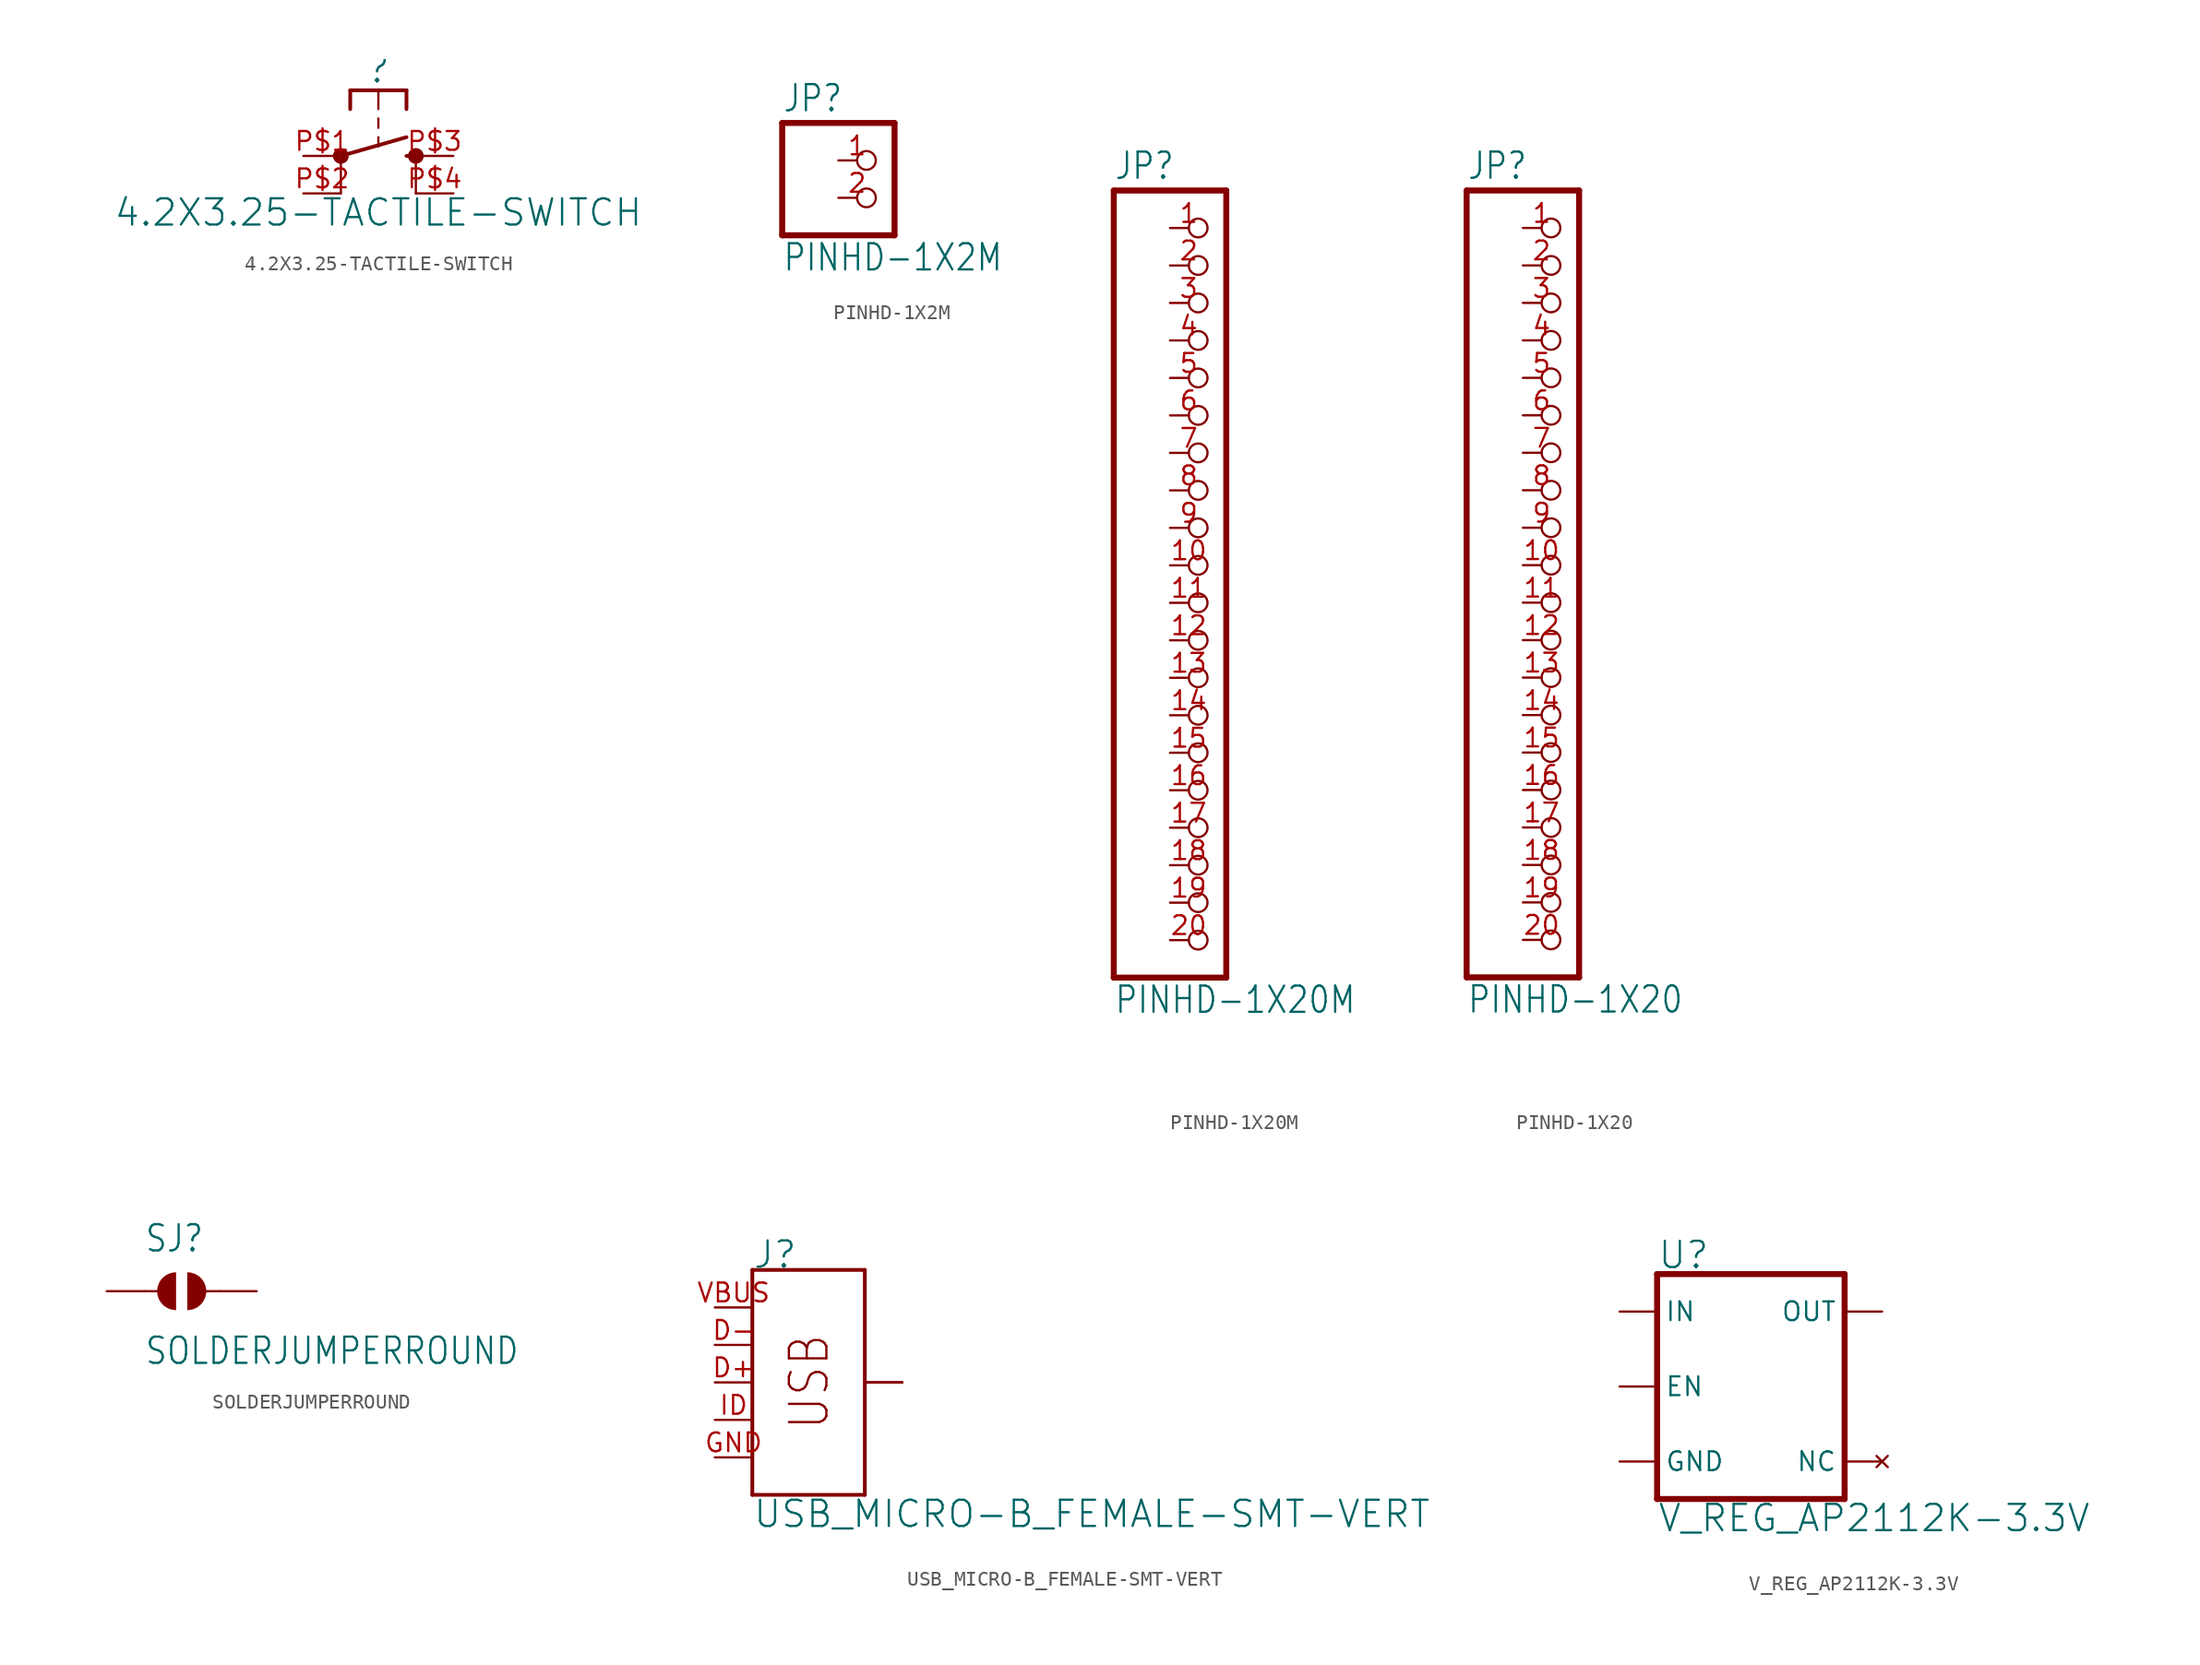
<source format=kicad_sym>
(kicad_symbol_lib
  (version 20211014)
  (generator kicad_symbol_editor)
  (symbol "4.2X3.25-TACTILE-SWITCH"
    (property "Reference" ""
      (at 0 4.826 0)
      (effects (font (size 1.778 1.778)) (justify bottom)))
    (property "Value" "4.2X3.25-TACTILE-SWITCH"
      (at 0 -2.794 0)
      (effects (font (size 1.778 1.778)) (justify top)))
    (property "ki_locked" ""
      (at 0 0 0)
      (effects (font (size 1.27 1.27))))
    (symbol "4.2X3.25-TACTILE-SWITCH_1_0"
      (circle (center -2.54 0) (radius 0.127) (stroke (width 0.406) (type default) (color 0 0 0 0)) (fill (type none)))
      (polyline (pts (xy -2.54 -2.54) (xy -2.54 0)) (stroke (width 0.152) (type default) (color 0 0 0 0)) (fill (type none)))
      (polyline (pts (xy -2.54 0) (xy 1.905 1.27)) (stroke (width 0.254) (type default) (color 0 0 0 0)) (fill (type none)))
      (polyline (pts (xy -1.905 4.445) (xy -1.905 3.175)) (stroke (width 0.254) (type default) (color 0 0 0 0)) (fill (type none)))
      (polyline (pts (xy 0 1.27) (xy 0 0.635)) (stroke (width 0.152) (type default) (color 0 0 0 0)) (fill (type none)))
      (polyline (pts (xy 0 2.54) (xy 0 1.905)) (stroke (width 0.152) (type default) (color 0 0 0 0)) (fill (type none)))
      (polyline (pts (xy 0 4.445) (xy -1.905 4.445)) (stroke (width 0.254) (type default) (color 0 0 0 0)) (fill (type none)))
      (polyline (pts (xy 0 4.445) (xy 0 3.175)) (stroke (width 0.152) (type default) (color 0 0 0 0)) (fill (type none)))
      (polyline (pts (xy 1.905 0) (xy 2.54 0)) (stroke (width 0.254) (type default) (color 0 0 0 0)) (fill (type none)))
      (polyline (pts (xy 1.905 4.445) (xy 0 4.445)) (stroke (width 0.254) (type default) (color 0 0 0 0)) (fill (type none)))
      (polyline (pts (xy 1.905 4.445) (xy 1.905 3.175)) (stroke (width 0.254) (type default) (color 0 0 0 0)) (fill (type none)))
      (polyline (pts (xy 2.54 -2.54) (xy 2.54 0)) (stroke (width 0.152) (type default) (color 0 0 0 0)) (fill (type none)))
      (circle (center 2.54 0) (radius 0.127) (stroke (width 0.406) (type default) (color 0 0 0 0)) (fill (type none)))
      (pin passive line (at -5.08 0 0) (length 2.54) (name "1" (effects (font (size 0 0)))) (number "P$1" (effects (font (size 1.27 1.27)))))
      (pin passive line (at -5.08 -2.54 0) (length 2.54) (name "2" (effects (font (size 0 0)))) (number "P$2" (effects (font (size 1.27 1.27)))))
      (pin passive line (at 5.08 0 180) (length 2.54) (name "3" (effects (font (size 0 0)))) (number "P$3" (effects (font (size 1.27 1.27)))))
      (pin passive line (at 5.08 -2.54 180) (length 2.54) (name "4" (effects (font (size 0 0)))) (number "P$4" (effects (font (size 1.27 1.27)))))))
  (symbol "PINHD-1X2M"
    (property "Reference" "JP"
      (at -6.35 5.715 0)
      (effects (font (size 1.778 1.511)) (justify left bottom)))
    (property "Value" "PINHD-1X2M"
      (at -6.35 -5.08 0)
      (effects (font (size 1.778 1.511)) (justify left bottom)))
    (property "ki_locked" ""
      (at 0 0 0)
      (effects (font (size 1.27 1.27))))
    (symbol "PINHD-1X2M_1_0"
      (polyline (pts (xy -6.35 -2.54) (xy 1.27 -2.54)) (stroke (width 0.406) (type default) (color 0 0 0 0)) (fill (type none)))
      (polyline (pts (xy -6.35 5.08) (xy -6.35 -2.54)) (stroke (width 0.406) (type default) (color 0 0 0 0)) (fill (type none)))
      (polyline (pts (xy 1.27 -2.54) (xy 1.27 5.08)) (stroke (width 0.406) (type default) (color 0 0 0 0)) (fill (type none)))
      (polyline (pts (xy 1.27 5.08) (xy -6.35 5.08)) (stroke (width 0.406) (type default) (color 0 0 0 0)) (fill (type none)))
      (pin passive inverted (at -2.54 2.54 0) (length 2.54) (name "1" (effects (font (size 0 0)))) (number "1" (effects (font (size 1.27 1.27)))))
      (pin passive inverted (at -2.54 0 0) (length 2.54) (name "2" (effects (font (size 0 0)))) (number "2" (effects (font (size 1.27 1.27)))))))
  (symbol "PINHD-1X20M"
    (property "Reference" "JP"
      (at -6.35 26.035 0)
      (effects (font (size 1.778 1.511)) (justify left bottom)))
    (property "Value" "PINHD-1X20M"
      (at -6.35 -30.48 0)
      (effects (font (size 1.778 1.511)) (justify left bottom)))
    (property "ki_locked" ""
      (at 0 0 0)
      (effects (font (size 1.27 1.27))))
    (symbol "PINHD-1X20M_1_0"
      (polyline (pts (xy -6.35 -27.94) (xy 1.27 -27.94)) (stroke (width 0.406) (type default) (color 0 0 0 0)) (fill (type none)))
      (polyline (pts (xy -6.35 25.4) (xy -6.35 -27.94)) (stroke (width 0.406) (type default) (color 0 0 0 0)) (fill (type none)))
      (polyline (pts (xy 1.27 -27.94) (xy 1.27 25.4)) (stroke (width 0.406) (type default) (color 0 0 0 0)) (fill (type none)))
      (polyline (pts (xy 1.27 25.4) (xy -6.35 25.4)) (stroke (width 0.406) (type default) (color 0 0 0 0)) (fill (type none)))
      (pin passive inverted (at -2.54 22.86 0) (length 2.54) (name "1" (effects (font (size 0 0)))) (number "1" (effects (font (size 1.27 1.27)))))
      (pin passive inverted (at -2.54 0 0) (length 2.54) (name "10" (effects (font (size 0 0)))) (number "10" (effects (font (size 1.27 1.27)))))
      (pin passive inverted (at -2.54 -2.54 0) (length 2.54) (name "11" (effects (font (size 0 0)))) (number "11" (effects (font (size 1.27 1.27)))))
      (pin passive inverted (at -2.54 -5.08 0) (length 2.54) (name "12" (effects (font (size 0 0)))) (number "12" (effects (font (size 1.27 1.27)))))
      (pin passive inverted (at -2.54 -7.62 0) (length 2.54) (name "13" (effects (font (size 0 0)))) (number "13" (effects (font (size 1.27 1.27)))))
      (pin passive inverted (at -2.54 -10.16 0) (length 2.54) (name "14" (effects (font (size 0 0)))) (number "14" (effects (font (size 1.27 1.27)))))
      (pin passive inverted (at -2.54 -12.7 0) (length 2.54) (name "15" (effects (font (size 0 0)))) (number "15" (effects (font (size 1.27 1.27)))))
      (pin passive inverted (at -2.54 -15.24 0) (length 2.54) (name "16" (effects (font (size 0 0)))) (number "16" (effects (font (size 1.27 1.27)))))
      (pin passive inverted (at -2.54 -17.78 0) (length 2.54) (name "17" (effects (font (size 0 0)))) (number "17" (effects (font (size 1.27 1.27)))))
      (pin passive inverted (at -2.54 -20.32 0) (length 2.54) (name "18" (effects (font (size 0 0)))) (number "18" (effects (font (size 1.27 1.27)))))
      (pin passive inverted (at -2.54 -22.86 0) (length 2.54) (name "19" (effects (font (size 0 0)))) (number "19" (effects (font (size 1.27 1.27)))))
      (pin passive inverted (at -2.54 20.32 0) (length 2.54) (name "2" (effects (font (size 0 0)))) (number "2" (effects (font (size 1.27 1.27)))))
      (pin passive inverted (at -2.54 -25.4 0) (length 2.54) (name "20" (effects (font (size 0 0)))) (number "20" (effects (font (size 1.27 1.27)))))
      (pin passive inverted (at -2.54 17.78 0) (length 2.54) (name "3" (effects (font (size 0 0)))) (number "3" (effects (font (size 1.27 1.27)))))
      (pin passive inverted (at -2.54 15.24 0) (length 2.54) (name "4" (effects (font (size 0 0)))) (number "4" (effects (font (size 1.27 1.27)))))
      (pin passive inverted (at -2.54 12.7 0) (length 2.54) (name "5" (effects (font (size 0 0)))) (number "5" (effects (font (size 1.27 1.27)))))
      (pin passive inverted (at -2.54 10.16 0) (length 2.54) (name "6" (effects (font (size 0 0)))) (number "6" (effects (font (size 1.27 1.27)))))
      (pin passive inverted (at -2.54 7.62 0) (length 2.54) (name "7" (effects (font (size 0 0)))) (number "7" (effects (font (size 1.27 1.27)))))
      (pin passive inverted (at -2.54 5.08 0) (length 2.54) (name "8" (effects (font (size 0 0)))) (number "8" (effects (font (size 1.27 1.27)))))
      (pin passive inverted (at -2.54 2.54 0) (length 2.54) (name "9" (effects (font (size 0 0)))) (number "9" (effects (font (size 1.27 1.27)))))))
  (symbol "PINHD-1X20"
    (property "Reference" "JP"
      (at -6.35 26.035 0)
      (effects (font (size 1.778 1.511)) (justify left bottom)))
    (property "Value" "PINHD-1X20"
      (at -6.35 -30.48 0)
      (effects (font (size 1.778 1.511)) (justify left bottom)))
    (property "ki_locked" ""
      (at 0 0 0)
      (effects (font (size 1.27 1.27))))
    (symbol "PINHD-1X20_1_0"
      (polyline (pts (xy -6.35 -27.94) (xy 1.27 -27.94)) (stroke (width 0.406) (type default) (color 0 0 0 0)) (fill (type none)))
      (polyline (pts (xy -6.35 25.4) (xy -6.35 -27.94)) (stroke (width 0.406) (type default) (color 0 0 0 0)) (fill (type none)))
      (polyline (pts (xy 1.27 -27.94) (xy 1.27 25.4)) (stroke (width 0.406) (type default) (color 0 0 0 0)) (fill (type none)))
      (polyline (pts (xy 1.27 25.4) (xy -6.35 25.4)) (stroke (width 0.406) (type default) (color 0 0 0 0)) (fill (type none)))
      (pin passive inverted (at -2.54 22.86 0) (length 2.54) (name "1" (effects (font (size 0 0)))) (number "1" (effects (font (size 1.27 1.27)))))
      (pin passive inverted (at -2.54 0 0) (length 2.54) (name "10" (effects (font (size 0 0)))) (number "10" (effects (font (size 1.27 1.27)))))
      (pin passive inverted (at -2.54 -2.54 0) (length 2.54) (name "11" (effects (font (size 0 0)))) (number "11" (effects (font (size 1.27 1.27)))))
      (pin passive inverted (at -2.54 -5.08 0) (length 2.54) (name "12" (effects (font (size 0 0)))) (number "12" (effects (font (size 1.27 1.27)))))
      (pin passive inverted (at -2.54 -7.62 0) (length 2.54) (name "13" (effects (font (size 0 0)))) (number "13" (effects (font (size 1.27 1.27)))))
      (pin passive inverted (at -2.54 -10.16 0) (length 2.54) (name "14" (effects (font (size 0 0)))) (number "14" (effects (font (size 1.27 1.27)))))
      (pin passive inverted (at -2.54 -12.7 0) (length 2.54) (name "15" (effects (font (size 0 0)))) (number "15" (effects (font (size 1.27 1.27)))))
      (pin passive inverted (at -2.54 -15.24 0) (length 2.54) (name "16" (effects (font (size 0 0)))) (number "16" (effects (font (size 1.27 1.27)))))
      (pin passive inverted (at -2.54 -17.78 0) (length 2.54) (name "17" (effects (font (size 0 0)))) (number "17" (effects (font (size 1.27 1.27)))))
      (pin passive inverted (at -2.54 -20.32 0) (length 2.54) (name "18" (effects (font (size 0 0)))) (number "18" (effects (font (size 1.27 1.27)))))
      (pin passive inverted (at -2.54 -22.86 0) (length 2.54) (name "19" (effects (font (size 0 0)))) (number "19" (effects (font (size 1.27 1.27)))))
      (pin passive inverted (at -2.54 20.32 0) (length 2.54) (name "2" (effects (font (size 0 0)))) (number "2" (effects (font (size 1.27 1.27)))))
      (pin passive inverted (at -2.54 -25.4 0) (length 2.54) (name "20" (effects (font (size 0 0)))) (number "20" (effects (font (size 1.27 1.27)))))
      (pin passive inverted (at -2.54 17.78 0) (length 2.54) (name "3" (effects (font (size 0 0)))) (number "3" (effects (font (size 1.27 1.27)))))
      (pin passive inverted (at -2.54 15.24 0) (length 2.54) (name "4" (effects (font (size 0 0)))) (number "4" (effects (font (size 1.27 1.27)))))
      (pin passive inverted (at -2.54 12.7 0) (length 2.54) (name "5" (effects (font (size 0 0)))) (number "5" (effects (font (size 1.27 1.27)))))
      (pin passive inverted (at -2.54 10.16 0) (length 2.54) (name "6" (effects (font (size 0 0)))) (number "6" (effects (font (size 1.27 1.27)))))
      (pin passive inverted (at -2.54 7.62 0) (length 2.54) (name "7" (effects (font (size 0 0)))) (number "7" (effects (font (size 1.27 1.27)))))
      (pin passive inverted (at -2.54 5.08 0) (length 2.54) (name "8" (effects (font (size 0 0)))) (number "8" (effects (font (size 1.27 1.27)))))
      (pin passive inverted (at -2.54 2.54 0) (length 2.54) (name "9" (effects (font (size 0 0)))) (number "9" (effects (font (size 1.27 1.27)))))))
  (symbol "SOLDERJUMPERROUND"
    (property "Reference" "SJ"
      (at -2.54 2.54 0)
      (effects (font (size 1.778 1.511)) (justify left bottom)))
    (property "Value" "SOLDERJUMPERROUND"
      (at -2.54 -5.08 0)
      (effects (font (size 1.778 1.511)) (justify left bottom)))
    (property "ki_locked" ""
      (at 0 0 0)
      (effects (font (size 1.27 1.27))))
    (symbol "SOLDERJUMPERROUND_1_0"
      (arc (start -0.381 1.2699) (mid -1.6508 0) (end -0.381 -1.2699) (stroke (width 0.0001) (type default) (color 0 0 0 0)) (fill (type outline)))
      (polyline (pts (xy -2.54 0) (xy -1.651 0)) (stroke (width 0.152) (type default) (color 0 0 0 0)) (fill (type none)))
      (polyline (pts (xy 2.54 0) (xy 1.651 0)) (stroke (width 0.152) (type default) (color 0 0 0 0)) (fill (type none)))
      (arc (start 0.381 -1.2699) (mid 1.6508 0) (end 0.381 1.2699) (stroke (width 0.0001) (type default) (color 0 0 0 0)) (fill (type outline)))
      (pin passive line (at -5.08 0 0) (length 2.54) (name "1" (effects (font (size 0 0)))) (number "1" (effects (font (size 0 0)))))
      (pin passive line (at 5.08 0 180) (length 2.54) (name "2" (effects (font (size 0 0)))) (number "2" (effects (font (size 0 0)))))))
  (symbol "USB_MICRO-B_FEMALE-SMT-VERT"
    (property "Reference" "J"
      (at -2.54 7.62 0)
      (effects (font (size 1.778 1.778)) (justify left bottom)))
    (property "Value" "USB_MICRO-B_FEMALE-SMT-VERT"
      (at -2.54 -7.874 0)
      (effects (font (size 1.778 1.778)) (justify left top)))
    (property "ki_locked" ""
      (at 0 0 0)
      (effects (font (size 1.27 1.27))))
    (symbol "USB_MICRO-B_FEMALE-SMT-VERT_1_0"
      (polyline (pts (xy -2.54 -7.62) (xy 5.08 -7.62)) (stroke (width 0.254) (type default) (color 0 0 0 0)) (fill (type none)))
      (polyline (pts (xy -2.54 7.62) (xy -2.54 -7.62)) (stroke (width 0.254) (type default) (color 0 0 0 0)) (fill (type none)))
      (polyline (pts (xy 5.08 7.62) (xy -2.54 7.62)) (stroke (width 0.254) (type default) (color 0 0 0 0)) (fill (type none)))
      (polyline (pts (xy 5.08 7.62) (xy 5.08 -7.62)) (stroke (width 0.254) (type default) (color 0 0 0 0)) (fill (type none)))
      (text "USB" (at 2.794 -3.302 900) (effects (font (size 2.54 2.159)) (justify left bottom)))
      (pin bidirectional line (at -5.08 0 0) (length 2.54) (name "D+" (effects (font (size 0 0)))) (number "D+" (effects (font (size 1.27 1.27)))))
      (pin bidirectional line (at -5.08 2.54 0) (length 2.54) (name "D-" (effects (font (size 0 0)))) (number "D-" (effects (font (size 1.27 1.27)))))
      (pin power_in line (at -5.08 -5.08 0) (length 2.54) (name "GND" (effects (font (size 0 0)))) (number "GND" (effects (font (size 1.27 1.27)))))
      (pin bidirectional line (at -5.08 -2.54 0) (length 2.54) (name "ID" (effects (font (size 0 0)))) (number "ID" (effects (font (size 1.27 1.27)))))
      (pin bidirectional line (at 7.62 0 180) (length 2.54) (name "SHIELD" (effects (font (size 0 0)))) (number "P1" (effects (font (size 0 0)))))
      (pin bidirectional line (at 7.62 0 180) (length 2.54) (name "SHIELD" (effects (font (size 0 0)))) (number "P2" (effects (font (size 0 0)))))
      (pin bidirectional line (at 7.62 0 180) (length 2.54) (name "SHIELD" (effects (font (size 0 0)))) (number "P3" (effects (font (size 0 0)))))
      (pin power_in line (at -5.08 5.08 0) (length 2.54) (name "VBUS" (effects (font (size 0 0)))) (number "VBUS" (effects (font (size 1.27 1.27)))))))
  (symbol "V_REG_AP2112K-3.3V"
    (property "Reference" "U"
      (at -7.62 7.874 0)
      (effects (font (size 1.778 1.778)) (justify left bottom)))
    (property "Value" "V_REG_AP2112K-3.3V"
      (at -7.62 -7.874 0)
      (effects (font (size 1.778 1.778)) (justify left top)))
    (property "ki_locked" ""
      (at 0 0 0)
      (effects (font (size 1.27 1.27))))
    (symbol "V_REG_AP2112K-3.3V_1_0"
      (polyline (pts (xy -7.62 -7.62) (xy 5.08 -7.62)) (stroke (width 0.406) (type default) (color 0 0 0 0)) (fill (type none)))
      (polyline (pts (xy -7.62 7.62) (xy -7.62 -7.62)) (stroke (width 0.406) (type default) (color 0 0 0 0)) (fill (type none)))
      (polyline (pts (xy 5.08 -7.62) (xy 5.08 7.62)) (stroke (width 0.406) (type default) (color 0 0 0 0)) (fill (type none)))
      (polyline (pts (xy 5.08 7.62) (xy -7.62 7.62)) (stroke (width 0.406) (type default) (color 0 0 0 0)) (fill (type none)))
      (pin input line (at -10.16 5.08 0) (length 2.54) (name "IN" (effects (font (size 1.27 1.27)))) (number "1" (effects (font (size 0 0)))))
      (pin input line (at -10.16 -5.08 0) (length 2.54) (name "GND" (effects (font (size 1.27 1.27)))) (number "2" (effects (font (size 0 0)))))
      (pin input line (at -10.16 0 0) (length 2.54) (name "EN" (effects (font (size 1.27 1.27)))) (number "3" (effects (font (size 0 0)))))
      (pin no_connect line (at 7.62 -5.08 180) (length 2.54) (name "NC" (effects (font (size 1.27 1.27)))) (number "4" (effects (font (size 0 0)))))
      (pin passive line (at 7.62 5.08 180) (length 2.54) (name "OUT" (effects (font (size 1.27 1.27)))) (number "5" (effects (font (size 0 0))))))))
</source>
